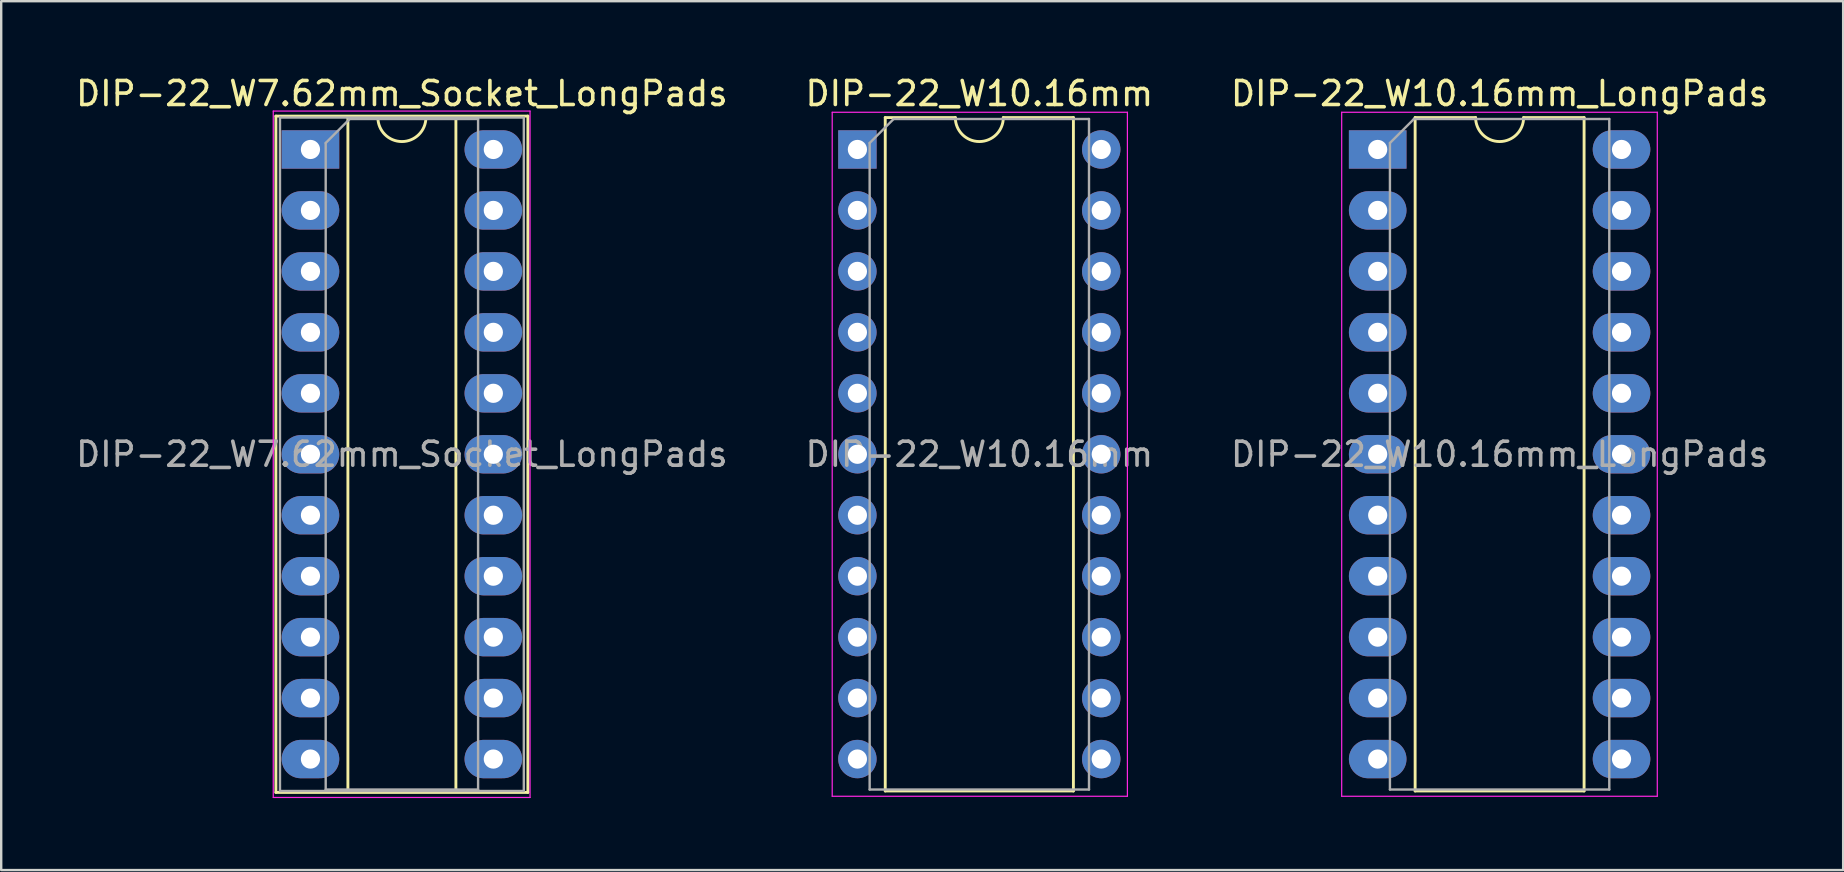
<source format=kicad_pcb>
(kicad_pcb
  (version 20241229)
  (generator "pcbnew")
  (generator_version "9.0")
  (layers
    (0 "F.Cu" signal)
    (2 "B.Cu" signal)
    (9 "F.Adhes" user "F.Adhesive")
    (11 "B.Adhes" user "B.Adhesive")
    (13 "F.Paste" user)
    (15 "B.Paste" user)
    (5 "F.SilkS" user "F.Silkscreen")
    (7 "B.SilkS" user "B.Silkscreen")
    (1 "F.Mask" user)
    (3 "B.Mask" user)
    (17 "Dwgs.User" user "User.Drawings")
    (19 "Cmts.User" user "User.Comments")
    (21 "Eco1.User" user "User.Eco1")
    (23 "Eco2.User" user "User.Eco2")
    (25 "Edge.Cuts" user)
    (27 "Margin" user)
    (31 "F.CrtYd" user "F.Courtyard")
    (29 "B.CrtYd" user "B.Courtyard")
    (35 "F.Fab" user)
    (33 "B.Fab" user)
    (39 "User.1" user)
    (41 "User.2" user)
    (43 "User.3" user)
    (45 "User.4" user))
  (footprint "DIP-22_W10.16mm_LongPads"
    (layer "F.Cu")
    (at 54.355 3.178)
    (property "Reference" "DIP-22_W10.16mm_LongPads" (at 5.08 -2.33 0) (layer "F.SilkS") (effects (font (size 1 1) (thickness 0.15))))
    (attr through_hole)
    (fp_line (start 1.56 -1.33) (end 1.56 26.73) (stroke (width 0.12) (type solid)) (layer "F.SilkS"))
    (fp_line (start 1.56 26.73) (end 8.6 26.73) (stroke (width 0.12) (type solid)) (layer "F.SilkS"))
    (fp_line (start 4.08 -1.33) (end 1.56 -1.33) (stroke (width 0.12) (type solid)) (layer "F.SilkS"))
    (fp_line (start 8.6 -1.33) (end 6.08 -1.33) (stroke (width 0.12) (type solid)) (layer "F.SilkS"))
    (fp_line (start 8.6 26.73) (end 8.6 -1.33) (stroke (width 0.12) (type solid)) (layer "F.SilkS"))
    (fp_arc (start 6.08 -1.33) (mid 5.08 -0.33) (end 4.08 -1.33) (stroke (width 0.12) (type solid)) (layer "F.SilkS"))
    (fp_line (start -1.5 -1.55) (end -1.5 26.95) (stroke (width 0.05) (type solid)) (layer "F.CrtYd"))
    (fp_line (start -1.5 26.95) (end 11.65 26.95) (stroke (width 0.05) (type solid)) (layer "F.CrtYd"))
    (fp_line (start 11.65 -1.55) (end -1.5 -1.55) (stroke (width 0.05) (type solid)) (layer "F.CrtYd"))
    (fp_line (start 11.65 26.95) (end 11.65 -1.55) (stroke (width 0.05) (type solid)) (layer "F.CrtYd"))
    (fp_line (start 0.51 -0.27) (end 1.51 -1.27) (stroke (width 0.1) (type solid)) (layer "F.Fab"))
    (fp_line (start 0.51 26.67) (end 0.51 -0.27) (stroke (width 0.1) (type solid)) (layer "F.Fab"))
    (fp_line (start 1.51 -1.27) (end 9.65 -1.27) (stroke (width 0.1) (type solid)) (layer "F.Fab"))
    (fp_line (start 9.65 -1.27) (end 9.65 26.67) (stroke (width 0.1) (type solid)) (layer "F.Fab"))
    (fp_line (start 9.65 26.67) (end 0.51 26.67) (stroke (width 0.1) (type solid)) (layer "F.Fab"))
    (fp_text user "${REFERENCE}" (at 5.08 12.7 0) (layer "F.Fab") (effects (font (size 1 1) (thickness 0.15))))
    (pad "1" thru_hole rect (at 0 0) (size 2.4 1.6) (drill 0.8) (layers "*.Cu" "*.Mask"))
    (pad "2" thru_hole oval (at 0 2.54) (size 2.4 1.6) (drill 0.8) (layers "*.Cu" "*.Mask"))
    (pad "3" thru_hole oval (at 0 5.08) (size 2.4 1.6) (drill 0.8) (layers "*.Cu" "*.Mask"))
    (pad "4" thru_hole oval (at 0 7.62) (size 2.4 1.6) (drill 0.8) (layers "*.Cu" "*.Mask"))
    (pad "5" thru_hole oval (at 0 10.16) (size 2.4 1.6) (drill 0.8) (layers "*.Cu" "*.Mask"))
    (pad "6" thru_hole oval (at 0 12.7) (size 2.4 1.6) (drill 0.8) (layers "*.Cu" "*.Mask"))
    (pad "7" thru_hole oval (at 0 15.24) (size 2.4 1.6) (drill 0.8) (layers "*.Cu" "*.Mask"))
    (pad "8" thru_hole oval (at 0 17.78) (size 2.4 1.6) (drill 0.8) (layers "*.Cu" "*.Mask"))
    (pad "9" thru_hole oval (at 0 20.32) (size 2.4 1.6) (drill 0.8) (layers "*.Cu" "*.Mask"))
    (pad "10" thru_hole oval (at 0 22.86) (size 2.4 1.6) (drill 0.8) (layers "*.Cu" "*.Mask"))
    (pad "11" thru_hole oval (at 0 25.4) (size 2.4 1.6) (drill 0.8) (layers "*.Cu" "*.Mask"))
    (pad "12" thru_hole oval (at 10.16 25.4) (size 2.4 1.6) (drill 0.8) (layers "*.Cu" "*.Mask"))
    (pad "13" thru_hole oval (at 10.16 22.86) (size 2.4 1.6) (drill 0.8) (layers "*.Cu" "*.Mask"))
    (pad "14" thru_hole oval (at 10.16 20.32) (size 2.4 1.6) (drill 0.8) (layers "*.Cu" "*.Mask"))
    (pad "15" thru_hole oval (at 10.16 17.78) (size 2.4 1.6) (drill 0.8) (layers "*.Cu" "*.Mask"))
    (pad "16" thru_hole oval (at 10.16 15.24) (size 2.4 1.6) (drill 0.8) (layers "*.Cu" "*.Mask"))
    (pad "17" thru_hole oval (at 10.16 12.7) (size 2.4 1.6) (drill 0.8) (layers "*.Cu" "*.Mask"))
    (pad "18" thru_hole oval (at 10.16 10.16) (size 2.4 1.6) (drill 0.8) (layers "*.Cu" "*.Mask"))
    (pad "19" thru_hole oval (at 10.16 7.62) (size 2.4 1.6) (drill 0.8) (layers "*.Cu" "*.Mask"))
    (pad "20" thru_hole oval (at 10.16 5.08) (size 2.4 1.6) (drill 0.8) (layers "*.Cu" "*.Mask"))
    (pad "21" thru_hole oval (at 10.16 2.54) (size 2.4 1.6) (drill 0.8) (layers "*.Cu" "*.Mask"))
    (pad "22" thru_hole oval (at 10.16 0) (size 2.4 1.6) (drill 0.8) (layers "*.Cu" "*.Mask")))
  (footprint "DIP-22_W10.16mm"
    (layer "F.Cu")
    (at 32.676 3.178)
    (property "Reference" "DIP-22_W10.16mm" (at 5.08 -2.33 0) (layer "F.SilkS") (effects (font (size 1 1) (thickness 0.15))))
    (attr through_hole)
    (fp_line (start 1.16 -1.33) (end 1.16 26.73) (stroke (width 0.12) (type solid)) (layer "F.SilkS"))
    (fp_line (start 1.16 26.73) (end 9 26.73) (stroke (width 0.12) (type solid)) (layer "F.SilkS"))
    (fp_line (start 4.08 -1.33) (end 1.16 -1.33) (stroke (width 0.12) (type solid)) (layer "F.SilkS"))
    (fp_line (start 9 -1.33) (end 6.08 -1.33) (stroke (width 0.12) (type solid)) (layer "F.SilkS"))
    (fp_line (start 9 26.73) (end 9 -1.33) (stroke (width 0.12) (type solid)) (layer "F.SilkS"))
    (fp_arc (start 6.08 -1.33) (mid 5.08 -0.33) (end 4.08 -1.33) (stroke (width 0.12) (type solid)) (layer "F.SilkS"))
    (fp_line (start -1.05 -1.55) (end -1.05 26.95) (stroke (width 0.05) (type solid)) (layer "F.CrtYd"))
    (fp_line (start -1.05 26.95) (end 11.25 26.95) (stroke (width 0.05) (type solid)) (layer "F.CrtYd"))
    (fp_line (start 11.25 -1.55) (end -1.05 -1.55) (stroke (width 0.05) (type solid)) (layer "F.CrtYd"))
    (fp_line (start 11.25 26.95) (end 11.25 -1.55) (stroke (width 0.05) (type solid)) (layer "F.CrtYd"))
    (fp_line (start 0.51 -0.27) (end 1.51 -1.27) (stroke (width 0.1) (type solid)) (layer "F.Fab"))
    (fp_line (start 0.51 26.67) (end 0.51 -0.27) (stroke (width 0.1) (type solid)) (layer "F.Fab"))
    (fp_line (start 1.51 -1.27) (end 9.65 -1.27) (stroke (width 0.1) (type solid)) (layer "F.Fab"))
    (fp_line (start 9.65 -1.27) (end 9.65 26.67) (stroke (width 0.1) (type solid)) (layer "F.Fab"))
    (fp_line (start 9.65 26.67) (end 0.51 26.67) (stroke (width 0.1) (type solid)) (layer "F.Fab"))
    (fp_text user "${REFERENCE}" (at 5.08 12.7 0) (layer "F.Fab") (effects (font (size 1 1) (thickness 0.15))))
    (pad "1" thru_hole rect (at 0 0) (size 1.6 1.6) (drill 0.8) (layers "*.Cu" "*.Mask"))
    (pad "2" thru_hole oval (at 0 2.54) (size 1.6 1.6) (drill 0.8) (layers "*.Cu" "*.Mask"))
    (pad "3" thru_hole oval (at 0 5.08) (size 1.6 1.6) (drill 0.8) (layers "*.Cu" "*.Mask"))
    (pad "4" thru_hole oval (at 0 7.62) (size 1.6 1.6) (drill 0.8) (layers "*.Cu" "*.Mask"))
    (pad "5" thru_hole oval (at 0 10.16) (size 1.6 1.6) (drill 0.8) (layers "*.Cu" "*.Mask"))
    (pad "6" thru_hole oval (at 0 12.7) (size 1.6 1.6) (drill 0.8) (layers "*.Cu" "*.Mask"))
    (pad "7" thru_hole oval (at 0 15.24) (size 1.6 1.6) (drill 0.8) (layers "*.Cu" "*.Mask"))
    (pad "8" thru_hole oval (at 0 17.78) (size 1.6 1.6) (drill 0.8) (layers "*.Cu" "*.Mask"))
    (pad "9" thru_hole oval (at 0 20.32) (size 1.6 1.6) (drill 0.8) (layers "*.Cu" "*.Mask"))
    (pad "10" thru_hole oval (at 0 22.86) (size 1.6 1.6) (drill 0.8) (layers "*.Cu" "*.Mask"))
    (pad "11" thru_hole oval (at 0 25.4) (size 1.6 1.6) (drill 0.8) (layers "*.Cu" "*.Mask"))
    (pad "12" thru_hole oval (at 10.16 25.4) (size 1.6 1.6) (drill 0.8) (layers "*.Cu" "*.Mask"))
    (pad "13" thru_hole oval (at 10.16 22.86) (size 1.6 1.6) (drill 0.8) (layers "*.Cu" "*.Mask"))
    (pad "14" thru_hole oval (at 10.16 20.32) (size 1.6 1.6) (drill 0.8) (layers "*.Cu" "*.Mask"))
    (pad "15" thru_hole oval (at 10.16 17.78) (size 1.6 1.6) (drill 0.8) (layers "*.Cu" "*.Mask"))
    (pad "16" thru_hole oval (at 10.16 15.24) (size 1.6 1.6) (drill 0.8) (layers "*.Cu" "*.Mask"))
    (pad "17" thru_hole oval (at 10.16 12.7) (size 1.6 1.6) (drill 0.8) (layers "*.Cu" "*.Mask"))
    (pad "18" thru_hole oval (at 10.16 10.16) (size 1.6 1.6) (drill 0.8) (layers "*.Cu" "*.Mask"))
    (pad "19" thru_hole oval (at 10.16 7.62) (size 1.6 1.6) (drill 0.8) (layers "*.Cu" "*.Mask"))
    (pad "20" thru_hole oval (at 10.16 5.08) (size 1.6 1.6) (drill 0.8) (layers "*.Cu" "*.Mask"))
    (pad "21" thru_hole oval (at 10.16 2.54) (size 1.6 1.6) (drill 0.8) (layers "*.Cu" "*.Mask"))
    (pad "22" thru_hole oval (at 10.16 0) (size 1.6 1.6) (drill 0.8) (layers "*.Cu" "*.Mask")))
  (footprint "DIP-22_W7.62mm_Socket_LongPads"
    (layer "F.Cu")
    (at 9.886 3.178)
    (property "Reference" "DIP-22_W7.62mm_Socket_LongPads" (at 3.81 -2.33 0) (layer "F.SilkS") (effects (font (size 1 1) (thickness 0.15))))
    (attr through_hole)
    (fp_line (start -1.44 -1.39) (end -1.44 26.79) (stroke (width 0.12) (type solid)) (layer "F.SilkS"))
    (fp_line (start -1.44 26.79) (end 9.06 26.79) (stroke (width 0.12) (type solid)) (layer "F.SilkS"))
    (fp_line (start 1.56 -1.33) (end 1.56 26.73) (stroke (width 0.12) (type solid)) (layer "F.SilkS"))
    (fp_line (start 1.56 26.73) (end 6.06 26.73) (stroke (width 0.12) (type solid)) (layer "F.SilkS"))
    (fp_line (start 2.81 -1.33) (end 1.56 -1.33) (stroke (width 0.12) (type solid)) (layer "F.SilkS"))
    (fp_line (start 6.06 -1.33) (end 4.81 -1.33) (stroke (width 0.12) (type solid)) (layer "F.SilkS"))
    (fp_line (start 6.06 26.73) (end 6.06 -1.33) (stroke (width 0.12) (type solid)) (layer "F.SilkS"))
    (fp_line (start 9.06 -1.39) (end -1.44 -1.39) (stroke (width 0.12) (type solid)) (layer "F.SilkS"))
    (fp_line (start 9.06 26.79) (end 9.06 -1.39) (stroke (width 0.12) (type solid)) (layer "F.SilkS"))
    (fp_arc (start 4.81 -1.33) (mid 3.81 -0.33) (end 2.81 -1.33) (stroke (width 0.12) (type solid)) (layer "F.SilkS"))
    (fp_line (start -1.55 -1.6) (end -1.55 27) (stroke (width 0.05) (type solid)) (layer "F.CrtYd"))
    (fp_line (start -1.55 27) (end 9.15 27) (stroke (width 0.05) (type solid)) (layer "F.CrtYd"))
    (fp_line (start 9.15 -1.6) (end -1.55 -1.6) (stroke (width 0.05) (type solid)) (layer "F.CrtYd"))
    (fp_line (start 9.15 27) (end 9.15 -1.6) (stroke (width 0.05) (type solid)) (layer "F.CrtYd"))
    (fp_line (start -1.27 -1.33) (end -1.27 26.73) (stroke (width 0.1) (type solid)) (layer "F.Fab"))
    (fp_line (start -1.27 26.73) (end 8.89 26.73) (stroke (width 0.1) (type solid)) (layer "F.Fab"))
    (fp_line (start 0.635 -0.27) (end 1.635 -1.27) (stroke (width 0.1) (type solid)) (layer "F.Fab"))
    (fp_line (start 0.635 26.67) (end 0.635 -0.27) (stroke (width 0.1) (type solid)) (layer "F.Fab"))
    (fp_line (start 1.635 -1.27) (end 6.985 -1.27) (stroke (width 0.1) (type solid)) (layer "F.Fab"))
    (fp_line (start 6.985 -1.27) (end 6.985 26.67) (stroke (width 0.1) (type solid)) (layer "F.Fab"))
    (fp_line (start 6.985 26.67) (end 0.635 26.67) (stroke (width 0.1) (type solid)) (layer "F.Fab"))
    (fp_line (start 8.89 -1.33) (end -1.27 -1.33) (stroke (width 0.1) (type solid)) (layer "F.Fab"))
    (fp_line (start 8.89 26.73) (end 8.89 -1.33) (stroke (width 0.1) (type solid)) (layer "F.Fab"))
    (fp_text user "${REFERENCE}" (at 3.81 12.7 0) (layer "F.Fab") (effects (font (size 1 1) (thickness 0.15))))
    (pad "1" thru_hole rect (at 0 0) (size 2.4 1.6) (drill 0.8) (layers "*.Cu" "*.Mask"))
    (pad "2" thru_hole oval (at 0 2.54) (size 2.4 1.6) (drill 0.8) (layers "*.Cu" "*.Mask"))
    (pad "3" thru_hole oval (at 0 5.08) (size 2.4 1.6) (drill 0.8) (layers "*.Cu" "*.Mask"))
    (pad "4" thru_hole oval (at 0 7.62) (size 2.4 1.6) (drill 0.8) (layers "*.Cu" "*.Mask"))
    (pad "5" thru_hole oval (at 0 10.16) (size 2.4 1.6) (drill 0.8) (layers "*.Cu" "*.Mask"))
    (pad "6" thru_hole oval (at 0 12.7) (size 2.4 1.6) (drill 0.8) (layers "*.Cu" "*.Mask"))
    (pad "7" thru_hole oval (at 0 15.24) (size 2.4 1.6) (drill 0.8) (layers "*.Cu" "*.Mask"))
    (pad "8" thru_hole oval (at 0 17.78) (size 2.4 1.6) (drill 0.8) (layers "*.Cu" "*.Mask"))
    (pad "9" thru_hole oval (at 0 20.32) (size 2.4 1.6) (drill 0.8) (layers "*.Cu" "*.Mask"))
    (pad "10" thru_hole oval (at 0 22.86) (size 2.4 1.6) (drill 0.8) (layers "*.Cu" "*.Mask"))
    (pad "11" thru_hole oval (at 0 25.4) (size 2.4 1.6) (drill 0.8) (layers "*.Cu" "*.Mask"))
    (pad "12" thru_hole oval (at 7.62 25.4) (size 2.4 1.6) (drill 0.8) (layers "*.Cu" "*.Mask"))
    (pad "13" thru_hole oval (at 7.62 22.86) (size 2.4 1.6) (drill 0.8) (layers "*.Cu" "*.Mask"))
    (pad "14" thru_hole oval (at 7.62 20.32) (size 2.4 1.6) (drill 0.8) (layers "*.Cu" "*.Mask"))
    (pad "15" thru_hole oval (at 7.62 17.78) (size 2.4 1.6) (drill 0.8) (layers "*.Cu" "*.Mask"))
    (pad "16" thru_hole oval (at 7.62 15.24) (size 2.4 1.6) (drill 0.8) (layers "*.Cu" "*.Mask"))
    (pad "17" thru_hole oval (at 7.62 12.7) (size 2.4 1.6) (drill 0.8) (layers "*.Cu" "*.Mask"))
    (pad "18" thru_hole oval (at 7.62 10.16) (size 2.4 1.6) (drill 0.8) (layers "*.Cu" "*.Mask"))
    (pad "19" thru_hole oval (at 7.62 7.62) (size 2.4 1.6) (drill 0.8) (layers "*.Cu" "*.Mask"))
    (pad "20" thru_hole oval (at 7.62 5.08) (size 2.4 1.6) (drill 0.8) (layers "*.Cu" "*.Mask"))
    (pad "21" thru_hole oval (at 7.62 2.54) (size 2.4 1.6) (drill 0.8) (layers "*.Cu" "*.Mask"))
    (pad "22" thru_hole oval (at 7.62 0) (size 2.4 1.6) (drill 0.8) (layers "*.Cu" "*.Mask")))
  (gr_rect
    (start -3 -3)
    (end 73.75 33.203)
    (stroke (width 0.1) (type default))
    (fill no)
    (layer "Edge.Cuts")))
</source>
